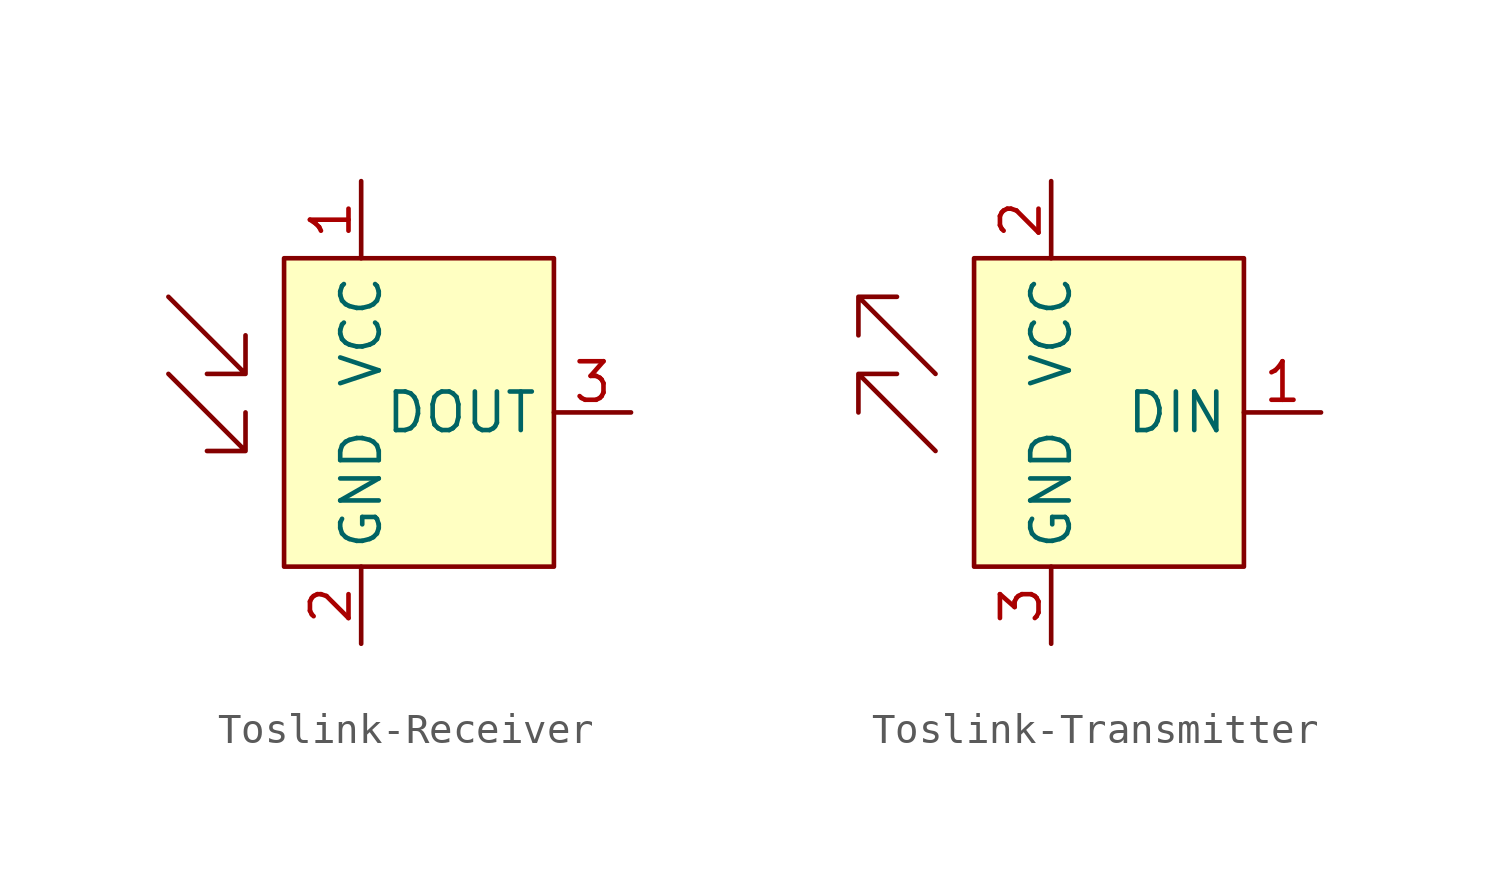
<source format=kicad_sym>
(kicad_symbol_lib
  (version 20241209)
  (generator "kicad_symbol_editor")
  (generator_version "9.0")
  (symbol "Toslink-Receiver"
    (property "Reference" "U"
      (at 0 0 0)
      (effects (font (size 1.27 1.27)) (hide yes)))
    (property "Value" ""
      (at 0 0 0)
      (effects (font (size 1.27 1.27))))
    (symbol "Toslink-Receiver_0_1"
      (polyline (pts (xy -7.62 -2.54) (xy -5.08 -5.08) (xy -5.08 -3.81) (xy -5.08 -5.08) (xy -6.35 -5.08)) (stroke (width 0) (type default)) (fill (type none)))
      (polyline (pts (xy -7.62 -5.08) (xy -5.08 -7.62) (xy -5.08 -6.35) (xy -5.08 -7.62) (xy -6.35 -7.62)) (stroke (width 0) (type default)) (fill (type none))))
    (symbol "Toslink-Receiver_1_1"
      (rectangle (start -3.81 -1.27) (end 5.08 -11.43) (stroke (width 0) (type solid)) (fill (type color) (color 255 255 194 1)))
      (pin power_in line (at -1.27 1.27 270) (length 2.54) (name "VCC" (effects (font (size 1.27 1.27)))) (number "1" (effects (font (size 1.27 1.27)))))
      (pin passive line (at -1.27 -13.97 90) (length 2.54) (name "GND" (effects (font (size 1.27 1.27)))) (number "2" (effects (font (size 1.27 1.27)))))
      (pin output line (at 7.62 -6.35 180) (length 2.54) (name "DOUT" (effects (font (size 1.27 1.27)))) (number "3" (effects (font (size 1.27 1.27)))))))
  (symbol "Toslink-Transmitter"
    (property "Reference" "U"
      (at 0 0 0)
      (effects (font (size 1.27 1.27)) (hide yes)))
    (property "Value" ""
      (at 0 0 0)
      (effects (font (size 1.27 1.27))))
    (property "ki_locked" ""
      (at 0 0 0)
      (effects (font (size 1.27 1.27))))
    (symbol "Toslink-Transmitter_1_1"
      (polyline (pts (xy -5.08 -5.08) (xy -7.62 -2.54) (xy -6.35 -2.54) (xy -7.62 -2.54) (xy -7.62 -3.81)) (stroke (width 0) (type default)) (fill (type none)))
      (polyline (pts (xy -5.08 -7.62) (xy -7.62 -5.08) (xy -6.35 -5.08) (xy -7.62 -5.08) (xy -7.62 -6.35)) (stroke (width 0) (type default)) (fill (type none)))
      (rectangle (start -3.81 -1.27) (end 5.08 -11.43) (stroke (width 0) (type solid)) (fill (type background)))
      (pin power_in line (at -1.27 1.27 270) (length 2.54) (name "VCC" (effects (font (size 1.27 1.27)))) (number "2" (effects (font (size 1.27 1.27)))))
      (pin passive line (at -1.27 -13.97 90) (length 2.54) (name "GND" (effects (font (size 1.27 1.27)))) (number "3" (effects (font (size 1.27 1.27)))))
      (pin input line (at 7.62 -6.35 180) (length 2.54) (name "DIN" (effects (font (size 1.27 1.27)))) (number "1" (effects (font (size 1.27 1.27))))))))
</source>
